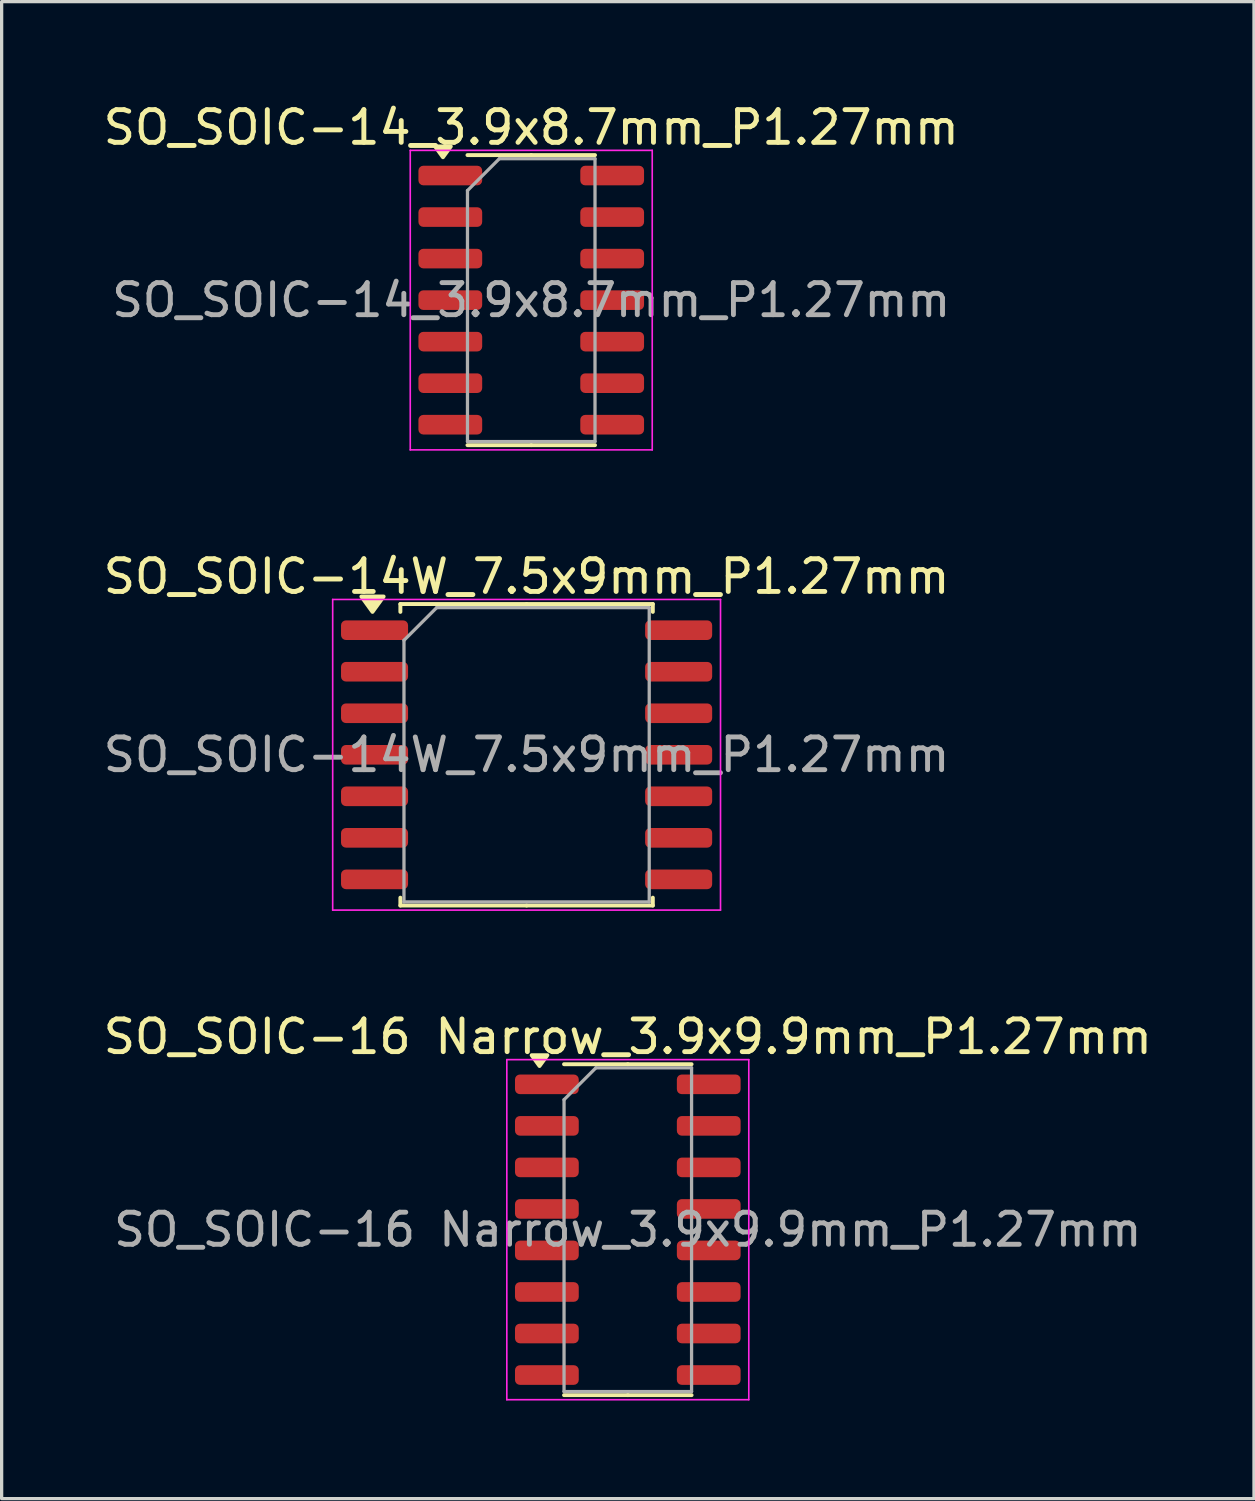
<source format=kicad_pcb>
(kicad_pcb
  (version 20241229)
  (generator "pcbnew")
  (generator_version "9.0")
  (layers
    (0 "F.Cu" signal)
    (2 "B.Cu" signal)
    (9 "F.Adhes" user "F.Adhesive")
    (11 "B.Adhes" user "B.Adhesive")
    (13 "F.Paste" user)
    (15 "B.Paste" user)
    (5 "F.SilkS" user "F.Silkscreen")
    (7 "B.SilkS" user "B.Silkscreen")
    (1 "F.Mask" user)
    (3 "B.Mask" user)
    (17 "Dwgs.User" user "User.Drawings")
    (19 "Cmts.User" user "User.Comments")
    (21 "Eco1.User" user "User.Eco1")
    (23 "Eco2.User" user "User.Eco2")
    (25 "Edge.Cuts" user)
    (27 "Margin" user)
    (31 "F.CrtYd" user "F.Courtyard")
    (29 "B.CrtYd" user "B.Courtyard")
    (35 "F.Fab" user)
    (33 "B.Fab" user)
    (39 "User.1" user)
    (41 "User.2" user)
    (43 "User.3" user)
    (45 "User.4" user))
  (footprint "SO_SOIC-14_3.9x8.7mm_P1.27mm"
    (layer "F.Cu")
    (at 13.196 6.128)
    (property "Reference" "SO_SOIC-14_3.9x8.7mm_P1.27mm" (at 0 -5.28 0) (layer "F.SilkS") (effects (font (size 1 1) (thickness 0.15))))
    (attr smd)
    (fp_line (start 0 -4.435) (end -1.95 -4.435) (stroke (width 0.12) (type solid)) (layer "F.SilkS"))
    (fp_line (start 0 -4.435) (end 1.95 -4.435) (stroke (width 0.12) (type solid)) (layer "F.SilkS"))
    (fp_line (start 0 4.435) (end -1.95 4.435) (stroke (width 0.12) (type solid)) (layer "F.SilkS"))
    (fp_line (start 0 4.435) (end 1.95 4.435) (stroke (width 0.12) (type solid)) (layer "F.SilkS"))
    (fp_poly (pts (xy -2.7 -4.37) (xy -2.94 -4.7) (xy -2.46 -4.7) (xy -2.7 -4.37)) (stroke (width 0.12) (type solid)) (fill yes) (layer "F.SilkS"))
    (fp_line (start -3.7 -4.58) (end -3.7 4.58) (stroke (width 0.05) (type solid)) (layer "F.CrtYd"))
    (fp_line (start -3.7 4.58) (end 3.7 4.58) (stroke (width 0.05) (type solid)) (layer "F.CrtYd"))
    (fp_line (start 3.7 -4.58) (end -3.7 -4.58) (stroke (width 0.05) (type solid)) (layer "F.CrtYd"))
    (fp_line (start 3.7 4.58) (end 3.7 -4.58) (stroke (width 0.05) (type solid)) (layer "F.CrtYd"))
    (fp_line (start -1.95 -3.35) (end -0.975 -4.325) (stroke (width 0.1) (type solid)) (layer "F.Fab"))
    (fp_line (start -1.95 4.325) (end -1.95 -3.35) (stroke (width 0.1) (type solid)) (layer "F.Fab"))
    (fp_line (start -0.975 -4.325) (end 1.95 -4.325) (stroke (width 0.1) (type solid)) (layer "F.Fab"))
    (fp_line (start 1.95 -4.325) (end 1.95 4.325) (stroke (width 0.1) (type solid)) (layer "F.Fab"))
    (fp_line (start 1.95 4.325) (end -1.95 4.325) (stroke (width 0.1) (type solid)) (layer "F.Fab"))
    (fp_text user "${REFERENCE}" (at 0 0 0) (layer "F.Fab") (effects (font (size 0.98 0.98) (thickness 0.15))))
    (pad "1" smd roundrect (at -2.475 -3.81) (size 1.95 0.6) (layers "F.Cu" "F.Mask" "F.Paste") (roundrect_rratio 0.25))
    (pad "2" smd roundrect (at -2.475 -2.54) (size 1.95 0.6) (layers "F.Cu" "F.Mask" "F.Paste") (roundrect_rratio 0.25))
    (pad "3" smd roundrect (at -2.475 -1.27) (size 1.95 0.6) (layers "F.Cu" "F.Mask" "F.Paste") (roundrect_rratio 0.25))
    (pad "4" smd roundrect (at -2.475 0) (size 1.95 0.6) (layers "F.Cu" "F.Mask" "F.Paste") (roundrect_rratio 0.25))
    (pad "5" smd roundrect (at -2.475 1.27) (size 1.95 0.6) (layers "F.Cu" "F.Mask" "F.Paste") (roundrect_rratio 0.25))
    (pad "6" smd roundrect (at -2.475 2.54) (size 1.95 0.6) (layers "F.Cu" "F.Mask" "F.Paste") (roundrect_rratio 0.25))
    (pad "7" smd roundrect (at -2.475 3.81) (size 1.95 0.6) (layers "F.Cu" "F.Mask" "F.Paste") (roundrect_rratio 0.25))
    (pad "8" smd roundrect (at 2.475 3.81) (size 1.95 0.6) (layers "F.Cu" "F.Mask" "F.Paste") (roundrect_rratio 0.25))
    (pad "9" smd roundrect (at 2.475 2.54) (size 1.95 0.6) (layers "F.Cu" "F.Mask" "F.Paste") (roundrect_rratio 0.25))
    (pad "10" smd roundrect (at 2.475 1.27) (size 1.95 0.6) (layers "F.Cu" "F.Mask" "F.Paste") (roundrect_rratio 0.25))
    (pad "11" smd roundrect (at 2.475 0) (size 1.95 0.6) (layers "F.Cu" "F.Mask" "F.Paste") (roundrect_rratio 0.25))
    (pad "12" smd roundrect (at 2.475 -1.27) (size 1.95 0.6) (layers "F.Cu" "F.Mask" "F.Paste") (roundrect_rratio 0.25))
    (pad "13" smd roundrect (at 2.475 -2.54) (size 1.95 0.6) (layers "F.Cu" "F.Mask" "F.Paste") (roundrect_rratio 0.25))
    (pad "14" smd roundrect (at 2.475 -3.81) (size 1.95 0.6) (layers "F.Cu" "F.Mask" "F.Paste") (roundrect_rratio 0.25)))
  (footprint "SO_SOIC-14W_7.5x9mm_P1.27mm"
    (layer "F.Cu")
    (at 13.054 20.032)
    (property "Reference" "SO_SOIC-14W_7.5x9mm_P1.27mm" (at 0 -5.45 0) (layer "F.SilkS") (effects (font (size 1 1) (thickness 0.15))))
    (attr smd)
    (fp_line (start -3.86 -4.61) (end -3.86 -4.37) (stroke (width 0.12) (type solid)) (layer "F.SilkS"))
    (fp_line (start -3.86 4.61) (end -3.86 4.37) (stroke (width 0.12) (type solid)) (layer "F.SilkS"))
    (fp_line (start 0 -4.61) (end -3.86 -4.61) (stroke (width 0.12) (type solid)) (layer "F.SilkS"))
    (fp_line (start 0 -4.61) (end 3.86 -4.61) (stroke (width 0.12) (type solid)) (layer "F.SilkS"))
    (fp_line (start 0 4.61) (end -3.86 4.61) (stroke (width 0.12) (type solid)) (layer "F.SilkS"))
    (fp_line (start 0 4.61) (end 3.86 4.61) (stroke (width 0.12) (type solid)) (layer "F.SilkS"))
    (fp_line (start 3.86 -4.61) (end 3.86 -4.37) (stroke (width 0.12) (type solid)) (layer "F.SilkS"))
    (fp_line (start 3.86 4.61) (end 3.86 4.37) (stroke (width 0.12) (type solid)) (layer "F.SilkS"))
    (fp_poly (pts (xy -4.713 -4.37) (xy -5.053 -4.84) (xy -4.372 -4.84) (xy -4.713 -4.37)) (stroke (width 0.12) (type solid)) (fill yes) (layer "F.SilkS"))
    (fp_line (start -5.93 -4.75) (end -5.93 4.75) (stroke (width 0.05) (type solid)) (layer "F.CrtYd"))
    (fp_line (start -5.93 4.75) (end 5.93 4.75) (stroke (width 0.05) (type solid)) (layer "F.CrtYd"))
    (fp_line (start 5.93 -4.75) (end -5.93 -4.75) (stroke (width 0.05) (type solid)) (layer "F.CrtYd"))
    (fp_line (start 5.93 4.75) (end 5.93 -4.75) (stroke (width 0.05) (type solid)) (layer "F.CrtYd"))
    (fp_line (start -3.75 -3.5) (end -2.75 -4.5) (stroke (width 0.1) (type solid)) (layer "F.Fab"))
    (fp_line (start -3.75 4.5) (end -3.75 -3.5) (stroke (width 0.1) (type solid)) (layer "F.Fab"))
    (fp_line (start -2.75 -4.5) (end 3.75 -4.5) (stroke (width 0.1) (type solid)) (layer "F.Fab"))
    (fp_line (start 3.75 -4.5) (end 3.75 4.5) (stroke (width 0.1) (type solid)) (layer "F.Fab"))
    (fp_line (start 3.75 4.5) (end -3.75 4.5) (stroke (width 0.1) (type solid)) (layer "F.Fab"))
    (fp_text user "${REFERENCE}" (at 0 0 0) (layer "F.Fab") (effects (font (size 1 1) (thickness 0.15))))
    (pad "1" smd roundrect (at -4.65 -3.81) (size 2.05 0.6) (layers "F.Cu" "F.Mask" "F.Paste") (roundrect_rratio 0.25))
    (pad "2" smd roundrect (at -4.65 -2.54) (size 2.05 0.6) (layers "F.Cu" "F.Mask" "F.Paste") (roundrect_rratio 0.25))
    (pad "3" smd roundrect (at -4.65 -1.27) (size 2.05 0.6) (layers "F.Cu" "F.Mask" "F.Paste") (roundrect_rratio 0.25))
    (pad "4" smd roundrect (at -4.65 0) (size 2.05 0.6) (layers "F.Cu" "F.Mask" "F.Paste") (roundrect_rratio 0.25))
    (pad "5" smd roundrect (at -4.65 1.27) (size 2.05 0.6) (layers "F.Cu" "F.Mask" "F.Paste") (roundrect_rratio 0.25))
    (pad "6" smd roundrect (at -4.65 2.54) (size 2.05 0.6) (layers "F.Cu" "F.Mask" "F.Paste") (roundrect_rratio 0.25))
    (pad "7" smd roundrect (at -4.65 3.81) (size 2.05 0.6) (layers "F.Cu" "F.Mask" "F.Paste") (roundrect_rratio 0.25))
    (pad "8" smd roundrect (at 4.65 3.81) (size 2.05 0.6) (layers "F.Cu" "F.Mask" "F.Paste") (roundrect_rratio 0.25))
    (pad "9" smd roundrect (at 4.65 2.54) (size 2.05 0.6) (layers "F.Cu" "F.Mask" "F.Paste") (roundrect_rratio 0.25))
    (pad "10" smd roundrect (at 4.65 1.27) (size 2.05 0.6) (layers "F.Cu" "F.Mask" "F.Paste") (roundrect_rratio 0.25))
    (pad "11" smd roundrect (at 4.65 0) (size 2.05 0.6) (layers "F.Cu" "F.Mask" "F.Paste") (roundrect_rratio 0.25))
    (pad "12" smd roundrect (at 4.65 -1.27) (size 2.05 0.6) (layers "F.Cu" "F.Mask" "F.Paste") (roundrect_rratio 0.25))
    (pad "13" smd roundrect (at 4.65 -2.54) (size 2.05 0.6) (layers "F.Cu" "F.Mask" "F.Paste") (roundrect_rratio 0.25))
    (pad "14" smd roundrect (at 4.65 -3.81) (size 2.05 0.6) (layers "F.Cu" "F.Mask" "F.Paste") (roundrect_rratio 0.25)))
  (footprint "SO_SOIC-16 Narrow_3.9x9.9mm_P1.27mm"
    (layer "F.Cu")
    (at 16.149 34.555)
    (property "Reference" "SO_SOIC-16 Narrow_3.9x9.9mm_P1.27mm" (at 0 -5.9 0) (layer "F.SilkS") (effects (font (size 1 1) (thickness 0.15))))
    (attr smd)
    (fp_line (start 0 -5.06) (end -1.95 -5.06) (stroke (width 0.12) (type solid)) (layer "F.SilkS"))
    (fp_line (start 0 -5.06) (end 1.95 -5.06) (stroke (width 0.12) (type solid)) (layer "F.SilkS"))
    (fp_line (start 0 5.06) (end -1.95 5.06) (stroke (width 0.12) (type solid)) (layer "F.SilkS"))
    (fp_line (start 0 5.06) (end 1.95 5.06) (stroke (width 0.12) (type solid)) (layer "F.SilkS"))
    (fp_poly (pts (xy -2.7 -5.005) (xy -2.94 -5.335) (xy -2.46 -5.335) (xy -2.7 -5.005)) (stroke (width 0.12) (type solid)) (fill yes) (layer "F.SilkS"))
    (fp_line (start -3.7 -5.2) (end -3.7 5.2) (stroke (width 0.05) (type solid)) (layer "F.CrtYd"))
    (fp_line (start -3.7 5.2) (end 3.7 5.2) (stroke (width 0.05) (type solid)) (layer "F.CrtYd"))
    (fp_line (start 3.7 -5.2) (end -3.7 -5.2) (stroke (width 0.05) (type solid)) (layer "F.CrtYd"))
    (fp_line (start 3.7 5.2) (end 3.7 -5.2) (stroke (width 0.05) (type solid)) (layer "F.CrtYd"))
    (fp_line (start -1.95 -3.975) (end -0.975 -4.95) (stroke (width 0.1) (type solid)) (layer "F.Fab"))
    (fp_line (start -1.95 4.95) (end -1.95 -3.975) (stroke (width 0.1) (type solid)) (layer "F.Fab"))
    (fp_line (start -0.975 -4.95) (end 1.95 -4.95) (stroke (width 0.1) (type solid)) (layer "F.Fab"))
    (fp_line (start 1.95 -4.95) (end 1.95 4.95) (stroke (width 0.1) (type solid)) (layer "F.Fab"))
    (fp_line (start 1.95 4.95) (end -1.95 4.95) (stroke (width 0.1) (type solid)) (layer "F.Fab"))
    (fp_text user "${REFERENCE}" (at 0 0 0) (layer "F.Fab") (effects (font (size 0.98 0.98) (thickness 0.15))))
    (pad "1" smd roundrect (at -2.475 -4.445) (size 1.95 0.6) (layers "F.Cu" "F.Mask" "F.Paste") (roundrect_rratio 0.25))
    (pad "2" smd roundrect (at -2.475 -3.175) (size 1.95 0.6) (layers "F.Cu" "F.Mask" "F.Paste") (roundrect_rratio 0.25))
    (pad "3" smd roundrect (at -2.475 -1.905) (size 1.95 0.6) (layers "F.Cu" "F.Mask" "F.Paste") (roundrect_rratio 0.25))
    (pad "4" smd roundrect (at -2.475 -0.635) (size 1.95 0.6) (layers "F.Cu" "F.Mask" "F.Paste") (roundrect_rratio 0.25))
    (pad "5" smd roundrect (at -2.475 0.635) (size 1.95 0.6) (layers "F.Cu" "F.Mask" "F.Paste") (roundrect_rratio 0.25))
    (pad "6" smd roundrect (at -2.475 1.905) (size 1.95 0.6) (layers "F.Cu" "F.Mask" "F.Paste") (roundrect_rratio 0.25))
    (pad "7" smd roundrect (at -2.475 3.175) (size 1.95 0.6) (layers "F.Cu" "F.Mask" "F.Paste") (roundrect_rratio 0.25))
    (pad "8" smd roundrect (at -2.475 4.445) (size 1.95 0.6) (layers "F.Cu" "F.Mask" "F.Paste") (roundrect_rratio 0.25))
    (pad "9" smd roundrect (at 2.475 4.445) (size 1.95 0.6) (layers "F.Cu" "F.Mask" "F.Paste") (roundrect_rratio 0.25))
    (pad "10" smd roundrect (at 2.475 3.175) (size 1.95 0.6) (layers "F.Cu" "F.Mask" "F.Paste") (roundrect_rratio 0.25))
    (pad "11" smd roundrect (at 2.475 1.905) (size 1.95 0.6) (layers "F.Cu" "F.Mask" "F.Paste") (roundrect_rratio 0.25))
    (pad "12" smd roundrect (at 2.475 0.635) (size 1.95 0.6) (layers "F.Cu" "F.Mask" "F.Paste") (roundrect_rratio 0.25))
    (pad "13" smd roundrect (at 2.475 -0.635) (size 1.95 0.6) (layers "F.Cu" "F.Mask" "F.Paste") (roundrect_rratio 0.25))
    (pad "14" smd roundrect (at 2.475 -1.905) (size 1.95 0.6) (layers "F.Cu" "F.Mask" "F.Paste") (roundrect_rratio 0.25))
    (pad "15" smd roundrect (at 2.475 -3.175) (size 1.95 0.6) (layers "F.Cu" "F.Mask" "F.Paste") (roundrect_rratio 0.25))
    (pad "16" smd roundrect (at 2.475 -4.445) (size 1.95 0.6) (layers "F.Cu" "F.Mask" "F.Paste") (roundrect_rratio 0.25)))
  (gr_rect
    (start -3 -3)
    (end 35.298 42.78)
    (stroke (width 0.1) (type default))
    (fill no)
    (layer "Edge.Cuts")))
</source>
